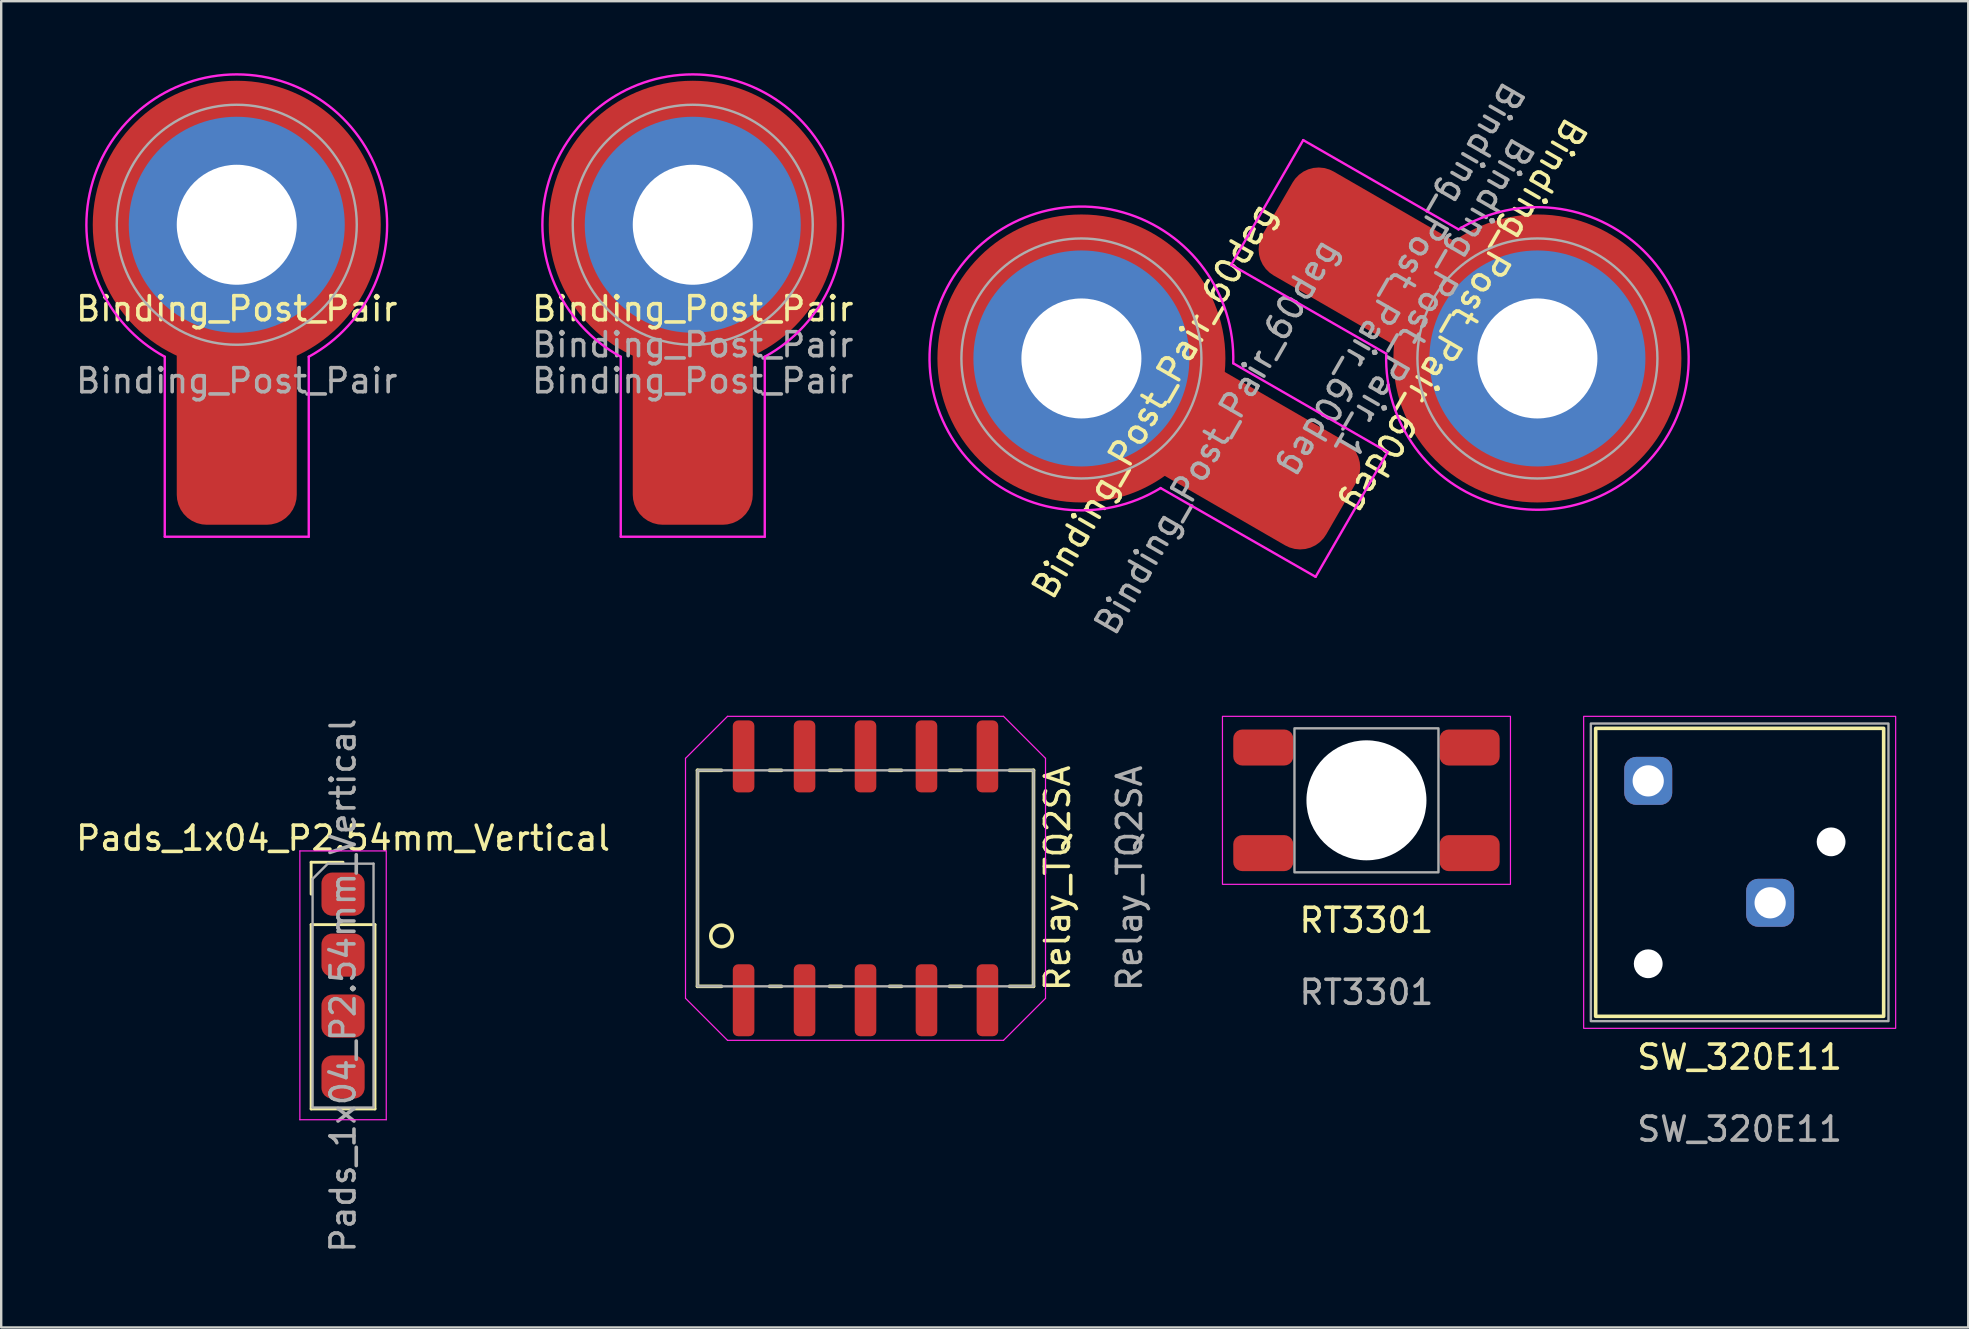
<source format=kicad_pcb>
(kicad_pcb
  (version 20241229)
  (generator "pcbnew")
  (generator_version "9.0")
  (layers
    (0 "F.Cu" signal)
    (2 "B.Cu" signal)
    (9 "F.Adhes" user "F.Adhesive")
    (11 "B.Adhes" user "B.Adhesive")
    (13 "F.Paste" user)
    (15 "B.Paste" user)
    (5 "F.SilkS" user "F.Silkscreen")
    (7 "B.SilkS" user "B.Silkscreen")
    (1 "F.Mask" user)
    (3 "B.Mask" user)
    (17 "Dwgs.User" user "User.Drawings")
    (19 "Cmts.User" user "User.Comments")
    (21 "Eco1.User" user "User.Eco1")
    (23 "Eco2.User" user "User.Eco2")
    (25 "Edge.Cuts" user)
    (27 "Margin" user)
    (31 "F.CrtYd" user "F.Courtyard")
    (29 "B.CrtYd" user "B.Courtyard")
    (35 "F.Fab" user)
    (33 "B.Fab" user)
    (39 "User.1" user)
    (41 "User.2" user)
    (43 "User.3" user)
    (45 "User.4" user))
  (footprint "Binding_Post_Pair"
    (layer "F.Cu")
    (at 16.315 6.315)
    (property "Reference" "Binding_Post_Pair" (at -9.5 3.5 0) (unlocked yes) (layer "F.SilkS") (effects (font (size 1 1) (thickness 0.15))))
    (property "Value" "Binding_Post_Pair" (at -9.5 5 0) (unlocked yes) (layer "F.Fab") (hide yes) (effects (font (size 1 1) (thickness 0.15))))
    (attr through_hole)
    (fp_line (start -12.5 13) (end -6.5 13) (stroke (width 0.1) (type default)) (layer "F.CrtYd"))
    (fp_line (start -12.5 5.5) (end -12.5 13) (stroke (width 0.1) (type default)) (layer "F.CrtYd"))
    (fp_line (start -6.5 13) (end -6.5 5.5) (stroke (width 0.1) (type default)) (layer "F.CrtYd"))
    (fp_line (start 6.5 5.5) (end 6.5 13) (stroke (width 0.1) (type default)) (layer "F.CrtYd"))
    (fp_line (start 6.5 13) (end 12.5 13) (stroke (width 0.1) (type default)) (layer "F.CrtYd"))
    (fp_line (start 12.5 13) (end 12.5 5.5) (stroke (width 0.1) (type default)) (layer "F.CrtYd"))
    (fp_arc (start -12.499999 5.5) (mid -9.5 -6.264982) (end -6.5 5.5) (stroke (width 0.1) (type default)) (layer "F.CrtYd"))
    (fp_arc (start 6.499999 5.499999) (mid 9.500001 -6.264982) (end 12.5 5.5) (stroke (width 0.1) (type default)) (layer "F.CrtYd"))
    (fp_circle (center -9.5 0) (end -4.5 0) (stroke (width 0.1) (type default)) (fill no) (layer "F.Fab"))
    (fp_circle (center 9.5 0) (end 14.5 0) (stroke (width 0.1) (type default)) (fill no) (layer "F.Fab"))
    (fp_text user "${REFERENCE}" (at 9.5 3.5 0) (unlocked yes) (layer "F.SilkS") (effects (font (size 1 1) (thickness 0.15))))
    (fp_text user "${VALUE}" (at 9.5 5 0) (unlocked yes) (layer "F.Fab") (effects (font (size 1 1) (thickness 0.15))))
    (fp_text user "${REFERENCE}" (at -9.5 6.5 0) (unlocked yes) (layer "F.Fab") (effects (font (size 1 1) (thickness 0.15))))
    (fp_text user "${REFERENCE}" (at 9.5 6.5 0) (unlocked yes) (layer "F.Fab") (effects (font (size 1 1) (thickness 0.15))))
    (pad "1" thru_hole circle (at -9.5 0) (size 9 9) (drill 5) (layers "*.Cu" "*.Mask"))
    (pad "1" smd circle (at -9.5 0) (size 12 12) (layers "F.Cu" "F.Mask"))
    (pad "1" smd roundrect (at -9.5 7.5) (size 5 10) (layers "F.Cu" "F.Mask") (roundrect_rratio 0.25))
    (pad "2" thru_hole circle (at 9.5 0) (size 9 9) (drill 5) (layers "*.Cu" "*.Mask"))
    (pad "2" smd circle (at 9.5 0) (size 12 12) (layers "F.Cu" "F.Mask"))
    (pad "2" smd roundrect (at 9.5 7.5) (size 5 10) (layers "F.Cu" "F.Mask") (roundrect_rratio 0.25)))
  (footprint "Relay_TQ2SA"
    (layer "F.Cu")
    (at 33.013 33.547)
    (property "Reference" "Relay_TQ2SA" (at 8 0 90) (unlocked yes) (layer "F.SilkS") (effects (font (size 1 1) (thickness 0.15))))
    (attr smd)
    (fp_line (start -7 -4.5) (end -7 4.5) (stroke (width 0.15) (type default)) (layer "F.SilkS"))
    (fp_line (start -7 4.5) (end -6 4.5) (stroke (width 0.15) (type default)) (layer "F.SilkS"))
    (fp_line (start -6 -4.5) (end -7 -4.5) (stroke (width 0.15) (type default)) (layer "F.SilkS"))
    (fp_line (start -4 -4.5) (end -3.5 -4.5) (stroke (width 0.15) (type default)) (layer "F.SilkS"))
    (fp_line (start -4 4.5) (end -3.5 4.5) (stroke (width 0.15) (type default)) (layer "F.SilkS"))
    (fp_line (start -1.5 -4.5) (end -1 -4.5) (stroke (width 0.15) (type default)) (layer "F.SilkS"))
    (fp_line (start -1.5 4.5) (end -1 4.5) (stroke (width 0.15) (type default)) (layer "F.SilkS"))
    (fp_line (start 1 -4.5) (end 1.5 -4.5) (stroke (width 0.15) (type default)) (layer "F.SilkS"))
    (fp_line (start 1 4.5) (end 1.5 4.5) (stroke (width 0.15) (type default)) (layer "F.SilkS"))
    (fp_line (start 3.5 -4.5) (end 4 -4.5) (stroke (width 0.15) (type default)) (layer "F.SilkS"))
    (fp_line (start 3.5 4.5) (end 4 4.5) (stroke (width 0.15) (type default)) (layer "F.SilkS"))
    (fp_line (start 6 4.5) (end 7 4.5) (stroke (width 0.15) (type default)) (layer "F.SilkS"))
    (fp_line (start 7 -4.5) (end 6 -4.5) (stroke (width 0.15) (type default)) (layer "F.SilkS"))
    (fp_line (start 7 4.5) (end 7 -4.5) (stroke (width 0.15) (type default)) (layer "F.SilkS"))
    (fp_circle (center -6 2.4) (end -5.8 2.8) (stroke (width 0.15) (type default)) (fill no) (layer "F.SilkS"))
    (fp_line (start -7.5 5) (end -7.5 -5) (stroke (width 0.05) (type default)) (layer "F.CrtYd"))
    (fp_line (start -5.75 -6.75) (end -7.5 -5) (stroke (width 0.05) (type default)) (layer "F.CrtYd"))
    (fp_line (start -5.75 6.75) (end -7.5 5) (stroke (width 0.05) (type default)) (layer "F.CrtYd"))
    (fp_line (start -5.75 6.75) (end 5.75 6.75) (stroke (width 0.05) (type default)) (layer "F.CrtYd"))
    (fp_line (start 5.75 -6.75) (end -5.75 -6.75) (stroke (width 0.05) (type default)) (layer "F.CrtYd"))
    (fp_line (start 5.75 -6.75) (end 7.5 -5) (stroke (width 0.05) (type default)) (layer "F.CrtYd"))
    (fp_line (start 5.75 6.75) (end 7.5 5) (stroke (width 0.05) (type default)) (layer "F.CrtYd"))
    (fp_line (start 7.5 5) (end 7.5 -5) (stroke (width 0.05) (type default)) (layer "F.CrtYd"))
    (fp_rect (start -7 4.5) (end 7 -4.5) (stroke (width 0.1) (type default)) (fill no) (layer "F.Fab"))
    (fp_text user "${REFERENCE}" (at 11 0 90) (unlocked yes) (layer "F.Fab") (effects (font (size 1 1) (thickness 0.15))))
    (pad "" smd roundrect (at 5.08 -5.08) (size 0.9 3) (layers "F.Cu" "F.Mask" "F.Paste") (roundrect_rratio 0.25))
    (pad "" smd roundrect (at 5.08 5.08) (size 0.9 3) (layers "F.Cu" "F.Mask" "F.Paste") (roundrect_rratio 0.25))
    (pad "11" smd roundrect (at 0 5.08) (size 0.9 3) (layers "F.Cu" "F.Mask" "F.Paste") (roundrect_rratio 0.25))
    (pad "12" smd roundrect (at -2.54 5.08) (size 0.9 3) (layers "F.Cu" "F.Mask" "F.Paste") (roundrect_rratio 0.25))
    (pad "14" smd roundrect (at 2.54 5.08) (size 0.9 3) (layers "F.Cu" "F.Mask" "F.Paste") (roundrect_rratio 0.25))
    (pad "21" smd roundrect (at 0 -5.08) (size 0.9 3) (layers "F.Cu" "F.Mask" "F.Paste") (roundrect_rratio 0.25))
    (pad "22" smd roundrect (at -2.54 -5.08) (size 0.9 3) (layers "F.Cu" "F.Mask" "F.Paste") (roundrect_rratio 0.25))
    (pad "24" smd roundrect (at 2.54 -5.08) (size 0.9 3) (layers "F.Cu" "F.Mask" "F.Paste") (roundrect_rratio 0.25))
    (pad "A1" smd roundrect (at -5.08 5.08) (size 0.9 3) (layers "F.Cu" "F.Mask" "F.Paste") (roundrect_rratio 0.25))
    (pad "A2" smd roundrect (at -5.08 -5.08) (size 0.9 3) (layers "F.Cu" "F.Mask" "F.Paste") (roundrect_rratio 0.25)))
  (footprint "SW_320E11"
    (layer "F.Cu")
    (at 69.436 33.297)
    (property "Reference" "SW_320E11" (at 0 7.7 0) (unlocked yes) (layer "F.SilkS") (effects (font (size 1 1) (thickness 0.15))))
    (attr smd)
    (fp_rect (start -6 -6) (end 6 6) (stroke (width 0.15) (type default)) (fill no) (layer "F.SilkS"))
    (fp_rect (start -6.5 6.5) (end 6.5 -6.5) (stroke (width 0.05) (type default)) (fill no) (layer "F.CrtYd"))
    (fp_rect (start -6.2 6.2) (end 6.2 -6.2) (stroke (width 0.1) (type default)) (fill no) (layer "F.Fab"))
    (fp_text user "${REFERENCE}" (at 0 10.7 0) (unlocked yes) (layer "F.Fab") (effects (font (size 1 1) (thickness 0.15))))
    (pad "" np_thru_hole circle (at -3.81 3.81) (size 1.2 1.2) (drill 1.2) (layers "*.Cu" "*.Mask"))
    (pad "" np_thru_hole circle (at 3.81 -1.27) (size 1.2 1.2) (drill 1.2) (layers "*.Cu" "*.Mask"))
    (pad "1" thru_hole roundrect (at -3.81 -3.81) (size 2 2) (drill 1.3) (layers "*.Cu" "*.Mask") (roundrect_rratio 0.25))
    (pad "2" thru_hole roundrect (at 1.27 1.27) (size 2 2) (drill 1.3) (layers "*.Cu" "*.Mask") (roundrect_rratio 0.25)))
  (footprint "Binding_Post_Pair_60deg"
    (layer "F.Cu")
    (at 51.509 11.886)
    (property "Reference" "Binding_Post_Pair_60deg" (at -6.469 1.75 60) (unlocked yes) (layer "F.SilkS") (effects (font (size 1 1) (thickness 0.15))))
    (property "Value" "Binding_Post_Pair_1" (at -5.17 2.5 60) (unlocked yes) (layer "F.Fab") (hide yes) (effects (font (size 1 1) (thickness 0.15))))
    (attr through_hole)
    (fp_line (start -6.2 5.4) (end 0.258 9.098) (stroke (width 0.1) (type default)) (layer "F.CrtYd"))
    (fp_line (start -3.258 -3.902) (end 3.2 -0.2) (stroke (width 0.1) (type default)) (layer "F.CrtYd"))
    (fp_line (start -0.258 -9.098) (end -3.258 -3.902) (stroke (width 0.1) (type default)) (layer "F.CrtYd"))
    (fp_line (start 0.258 9.098) (end 3.258 3.902) (stroke (width 0.1) (type default)) (layer "F.CrtYd"))
    (fp_line (start 3.258 3.902) (end -3.175 0.201) (stroke (width 0.1) (type default)) (layer "F.CrtYd"))
    (fp_line (start 6.213 -5.378) (end -0.258 -9.098) (stroke (width 0.1) (type default)) (layer "F.CrtYd"))
    (fp_arc (start -6.2 5.399999) (mid -14.969881 -3.182828) (end -3.174681 0.200805) (stroke (width 0.1) (type default)) (layer "F.CrtYd"))
    (fp_arc (start 6.21321 -5.378383) (mid 14.947985 3.170086) (end 3.200001 -0.2) (stroke (width 0.1) (type default)) (layer "F.CrtYd"))
    (fp_circle (center -9.5 0) (end -7 -4.33) (stroke (width 0.1) (type default)) (fill no) (layer "F.Fab"))
    (fp_circle (center 9.5 0) (end 7 4.33) (stroke (width 0.1) (type default)) (fill no) (layer "F.Fab"))
    (fp_text user "${REFERENCE}" (at 6.469 -1.75 240) (unlocked yes) (layer "F.SilkS") (effects (font (size 1 1) (thickness 0.15))))
    (fp_text user "${REFERENCE}" (at -3.871 3.25 60) (unlocked yes) (layer "F.Fab") (effects (font (size 1 1) (thickness 0.15))))
    (fp_text user "${REFERENCE}" (at 3.871 -3.25 240) (unlocked yes) (layer "F.Fab") (effects (font (size 1 1) (thickness 0.15))))
    (fp_text user "${VALUE}" (at 5.17 -2.5 240) (unlocked yes) (layer "F.Fab") (effects (font (size 1 1) (thickness 0.15))))
    (pad "1" thru_hole circle (at -9.5 0 60) (size 9 9) (drill 5) (layers "*.Cu" "*.Mask"))
    (pad "1" smd circle (at -9.5 0 60) (size 12 12) (layers "F.Cu" "F.Mask"))
    (pad "1" smd roundrect (at -3.005 3.75 60) (size 5 10) (layers "F.Cu" "F.Mask") (roundrect_rratio 0.25))
    (pad "2" smd roundrect (at 3.005 -3.75 240) (size 5 10) (layers "F.Cu" "F.Mask") (roundrect_rratio 0.25))
    (pad "2" thru_hole circle (at 9.5 0 240) (size 9 9) (drill 5) (layers "*.Cu" "*.Mask"))
    (pad "2" smd circle (at 9.5 0 240) (size 12 12) (layers "F.Cu" "F.Mask")))
  (footprint "Pads_1x04_P2.54mm_Vertical"
    (layer "F.Cu")
    (at 11.244 34.206)
    (property "Reference" "Pads_1x04_P2.54mm_Vertical" (at 0 -2.33 0) (layer "F.SilkS") (effects (font (size 1 1) (thickness 0.15))))
    (attr through_hole)
    (fp_line (start -1.33 -1.33) (end 0 -1.33) (stroke (width 0.12) (type solid)) (layer "F.SilkS"))
    (fp_line (start -1.33 0) (end -1.33 -1.33) (stroke (width 0.12) (type solid)) (layer "F.SilkS"))
    (fp_line (start -1.33 1.27) (end -1.33 8.95) (stroke (width 0.12) (type solid)) (layer "F.SilkS"))
    (fp_line (start -1.33 1.27) (end 1.33 1.27) (stroke (width 0.12) (type solid)) (layer "F.SilkS"))
    (fp_line (start -1.33 8.95) (end 1.33 8.95) (stroke (width 0.12) (type solid)) (layer "F.SilkS"))
    (fp_line (start 1.33 1.27) (end 1.33 8.95) (stroke (width 0.12) (type solid)) (layer "F.SilkS"))
    (fp_line (start -1.8 -1.8) (end -1.8 9.4) (stroke (width 0.05) (type solid)) (layer "F.CrtYd"))
    (fp_line (start -1.8 9.4) (end 1.8 9.4) (stroke (width 0.05) (type solid)) (layer "F.CrtYd"))
    (fp_line (start 1.8 -1.8) (end -1.8 -1.8) (stroke (width 0.05) (type solid)) (layer "F.CrtYd"))
    (fp_line (start 1.8 9.4) (end 1.8 -1.8) (stroke (width 0.05) (type solid)) (layer "F.CrtYd"))
    (fp_line (start -1.27 -0.635) (end -0.635 -1.27) (stroke (width 0.1) (type solid)) (layer "F.Fab"))
    (fp_line (start -1.27 8.89) (end -1.27 -0.635) (stroke (width 0.1) (type solid)) (layer "F.Fab"))
    (fp_line (start -0.635 -1.27) (end 1.27 -1.27) (stroke (width 0.1) (type solid)) (layer "F.Fab"))
    (fp_line (start 1.27 -1.27) (end 1.27 8.89) (stroke (width 0.1) (type solid)) (layer "F.Fab"))
    (fp_line (start 1.27 8.89) (end -1.27 8.89) (stroke (width 0.1) (type solid)) (layer "F.Fab"))
    (fp_text user "${REFERENCE}" (at 0 3.81 90) (layer "F.Fab") (effects (font (size 1 1) (thickness 0.15))))
    (pad "1" smd roundrect (at 0 0) (size 1.8 1.8) (layers "F.Cu" "F.Mask") (roundrect_rratio 0.25))
    (pad "2" smd roundrect (at 0 2.54) (size 1.8 1.8) (layers "F.Cu" "F.Mask") (roundrect_rratio 0.25))
    (pad "3" smd roundrect (at 0 5.08) (size 1.8 1.8) (layers "F.Cu" "F.Mask") (roundrect_rratio 0.25))
    (pad "4" smd roundrect (at 0 7.62) (size 1.8 1.8) (layers "F.Cu" "F.Mask") (roundrect_rratio 0.25)))
  (footprint "RT3301"
    (layer "F.Cu")
    (at 53.886 30.297)
    (property "Reference" "RT3301" (at 0 5 0) (unlocked yes) (layer "F.SilkS") (effects (font (size 1 1) (thickness 0.15))))
    (attr smd)
    (fp_rect (start -6 3.5) (end 6 -3.5) (stroke (width 0.05) (type default)) (fill no) (layer "F.CrtYd"))
    (fp_rect (start -3 -3) (end 3 3) (stroke (width 0.1) (type default)) (fill no) (layer "F.Fab"))
    (fp_text user "${REFERENCE}" (at 0 8 0) (unlocked yes) (layer "F.Fab") (effects (font (size 1 1) (thickness 0.15))))
    (pad "" np_thru_hole circle (at 0 0) (size 5 5) (drill 5) (layers "*.Cu" "*.Mask"))
    (pad "1" smd roundrect (at -4.3 -2.2) (size 2.5 1.5) (layers "F.Cu" "F.Mask" "F.Paste") (roundrect_rratio 0.25))
    (pad "1" smd roundrect (at 4.3 -2.2) (size 2.5 1.5) (layers "F.Cu" "F.Mask" "F.Paste") (roundrect_rratio 0.25))
    (pad "2" smd roundrect (at -4.3 2.2) (size 2.5 1.5) (layers "F.Cu" "F.Mask" "F.Paste") (roundrect_rratio 0.25))
    (pad "2" smd roundrect (at 4.3 2.2) (size 2.5 1.5) (layers "F.Cu" "F.Mask" "F.Paste") (roundrect_rratio 0.25)))
  (gr_rect
    (start -3 -3)
    (end 78.961 52.26)
    (stroke (width 0.1) (type default))
    (fill no)
    (layer "Edge.Cuts")))
</source>
